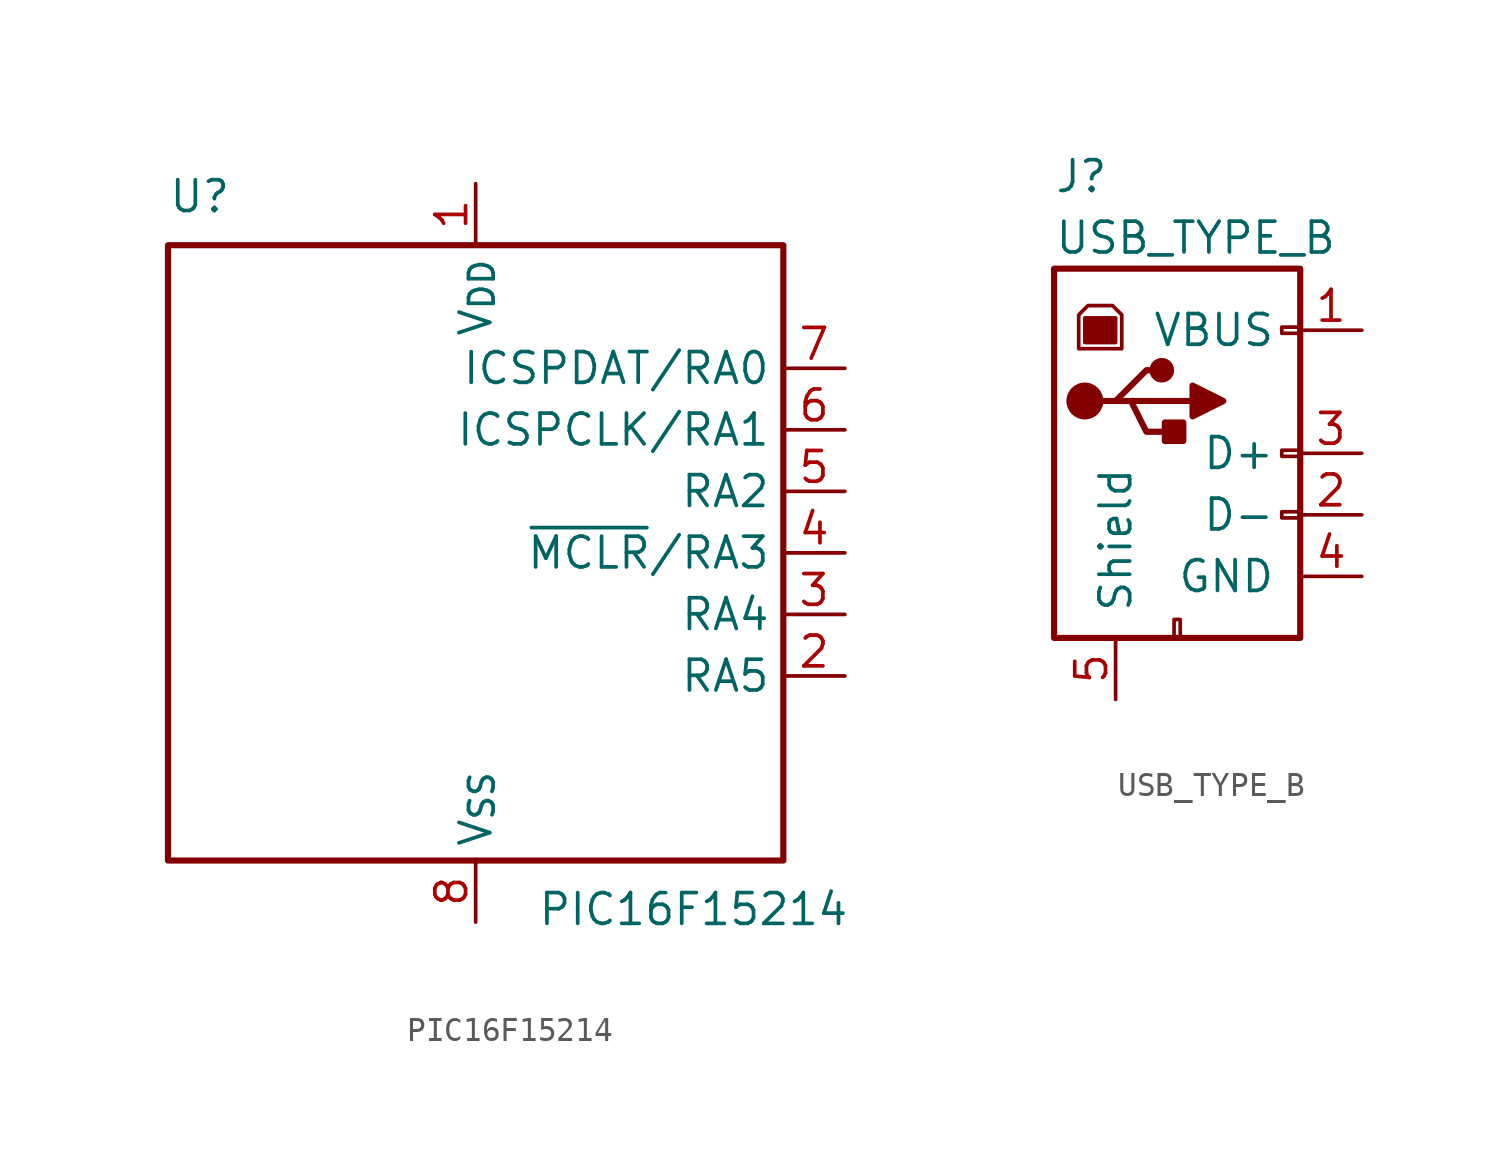
<source format=kicad_sym>
(kicad_symbol_lib
  (version 20220914)
  (generator kicad_symbol_editor)
  (symbol "PIC16F15214"
    (property "Reference" "U"
      (at -12.7 13.97 0)
      (effects (font (size 1.27 1.27)) (justify left bottom)))
    (property "Value" "PIC16F15214"
      (at 2.54 -13.97 0)
      (effects (font (size 1.27 1.27)) (justify left top)))
    (symbol "PIC16F15214_0_1"
      (rectangle (start -12.7 -12.7) (end 12.7 12.7) (stroke (width 0.254) (type default)) (fill (type none))))
    (symbol "PIC16F15214_1_1"
      (pin power_in line (at 0 15.24 270) (length 2.54) (name "V_{DD}" (effects (font (size 1.27 1.27)))) (number "1" (effects (font (size 1.27 1.27)))))
      (pin bidirectional line (at 15.24 -5.08 180) (length 2.54) (name "RA5" (effects (font (size 1.27 1.27)))) (number "2" (effects (font (size 1.27 1.27)))))
      (pin bidirectional line (at 15.24 -2.54 180) (length 2.54) (name "RA4" (effects (font (size 1.27 1.27)))) (number "3" (effects (font (size 1.27 1.27)))))
      (pin bidirectional line (at 15.24 0 180) (length 2.54) (name "~{MCLR}/RA3" (effects (font (size 1.27 1.27)))) (number "4" (effects (font (size 1.27 1.27)))))
      (pin bidirectional line (at 15.24 2.54 180) (length 2.54) (name "RA2" (effects (font (size 1.27 1.27)))) (number "5" (effects (font (size 1.27 1.27)))))
      (pin bidirectional line (at 15.24 5.08 180) (length 2.54) (name "ICSPCLK/RA1" (effects (font (size 1.27 1.27)))) (number "6" (effects (font (size 1.27 1.27)))))
      (pin bidirectional line (at 15.24 7.62 180) (length 2.54) (name "ICSPDAT/RA0" (effects (font (size 1.27 1.27)))) (number "7" (effects (font (size 1.27 1.27)))))
      (pin power_in line (at 0 -15.24 90) (length 2.54) (name "V_{SS}" (effects (font (size 1.27 1.27)))) (number "8" (effects (font (size 1.27 1.27)))))))
  (symbol "USB_TYPE_B"
    (pin_names
      (offset 1.016))
    (property "Reference" "J"
      (at -5.08 11.43 0)
      (effects (font (size 1.27 1.27)) (justify left)))
    (property "Value" "USB_TYPE_B"
      (at -5.08 8.89 0)
      (effects (font (size 1.27 1.27)) (justify left)))
    (symbol "USB_TYPE_B_0_1"
      (rectangle (start -5.08 -7.62) (end 5.08 7.62) (stroke (width 0.254) (type default)) (fill (type none)))
      (circle (center -3.81 2.159) (radius 0.635) (stroke (width 0.254) (type default)) (fill (type outline)))
      (rectangle (start -3.81 5.588) (end -2.54 4.572) (stroke (width 0) (type default)) (fill (type outline)))
      (circle (center -0.635 3.429) (radius 0.381) (stroke (width 0.254) (type default)) (fill (type outline)))
      (rectangle (start -0.127 -7.62) (end 0.127 -6.858) (stroke (width 0) (type default)) (fill (type none)))
      (polyline (pts (xy -1.905 2.159) (xy 0.635 2.159)) (stroke (width 0.254) (type default)) (fill (type none)))
      (polyline (pts (xy -3.175 2.159) (xy -2.54 2.159) (xy -1.27 3.429) (xy -0.635 3.429)) (stroke (width 0.254) (type default)) (fill (type none)))
      (polyline (pts (xy -2.54 2.159) (xy -1.905 2.159) (xy -1.27 0.889) (xy 0 0.889)) (stroke (width 0.254) (type default)) (fill (type none)))
      (polyline (pts (xy 0.635 2.794) (xy 0.635 1.524) (xy 1.905 2.159) (xy 0.635 2.794)) (stroke (width 0.254) (type default)) (fill (type outline)))
      (polyline (pts (xy -4.064 4.318) (xy -2.286 4.318) (xy -2.286 5.715) (xy -2.667 6.096) (xy -3.683 6.096) (xy -4.064 5.715) (xy -4.064 4.318)) (stroke (width 0) (type default)) (fill (type none)))
      (rectangle (start 0.254 1.27) (end -0.508 0.508) (stroke (width 0.254) (type default)) (fill (type outline)))
      (rectangle (start 5.08 -2.667) (end 4.318 -2.413) (stroke (width 0) (type default)) (fill (type none)))
      (rectangle (start 5.08 -0.127) (end 4.318 0.127) (stroke (width 0) (type default)) (fill (type none)))
      (rectangle (start 5.08 4.953) (end 4.318 5.207) (stroke (width 0) (type default)) (fill (type none))))
    (symbol "USB_TYPE_B_1_1"
      (pin power_out line (at 7.62 5.08 180) (length 2.54) (name "VBUS" (effects (font (size 1.27 1.27)))) (number "1" (effects (font (size 1.27 1.27)))))
      (pin bidirectional line (at 7.62 -2.54 180) (length 2.54) (name "D-" (effects (font (size 1.27 1.27)))) (number "2" (effects (font (size 1.27 1.27)))))
      (pin bidirectional line (at 7.62 0 180) (length 2.54) (name "D+" (effects (font (size 1.27 1.27)))) (number "3" (effects (font (size 1.27 1.27)))))
      (pin power_out line (at 7.62 -5.08 180) (length 2.54) (name "GND" (effects (font (size 1.27 1.27)))) (number "4" (effects (font (size 1.27 1.27)))))
      (pin passive line (at -2.54 -10.16 90) (length 2.54) (name "Shield" (effects (font (size 1.27 1.27)))) (number "5" (effects (font (size 1.27 1.27))))))))
</source>
